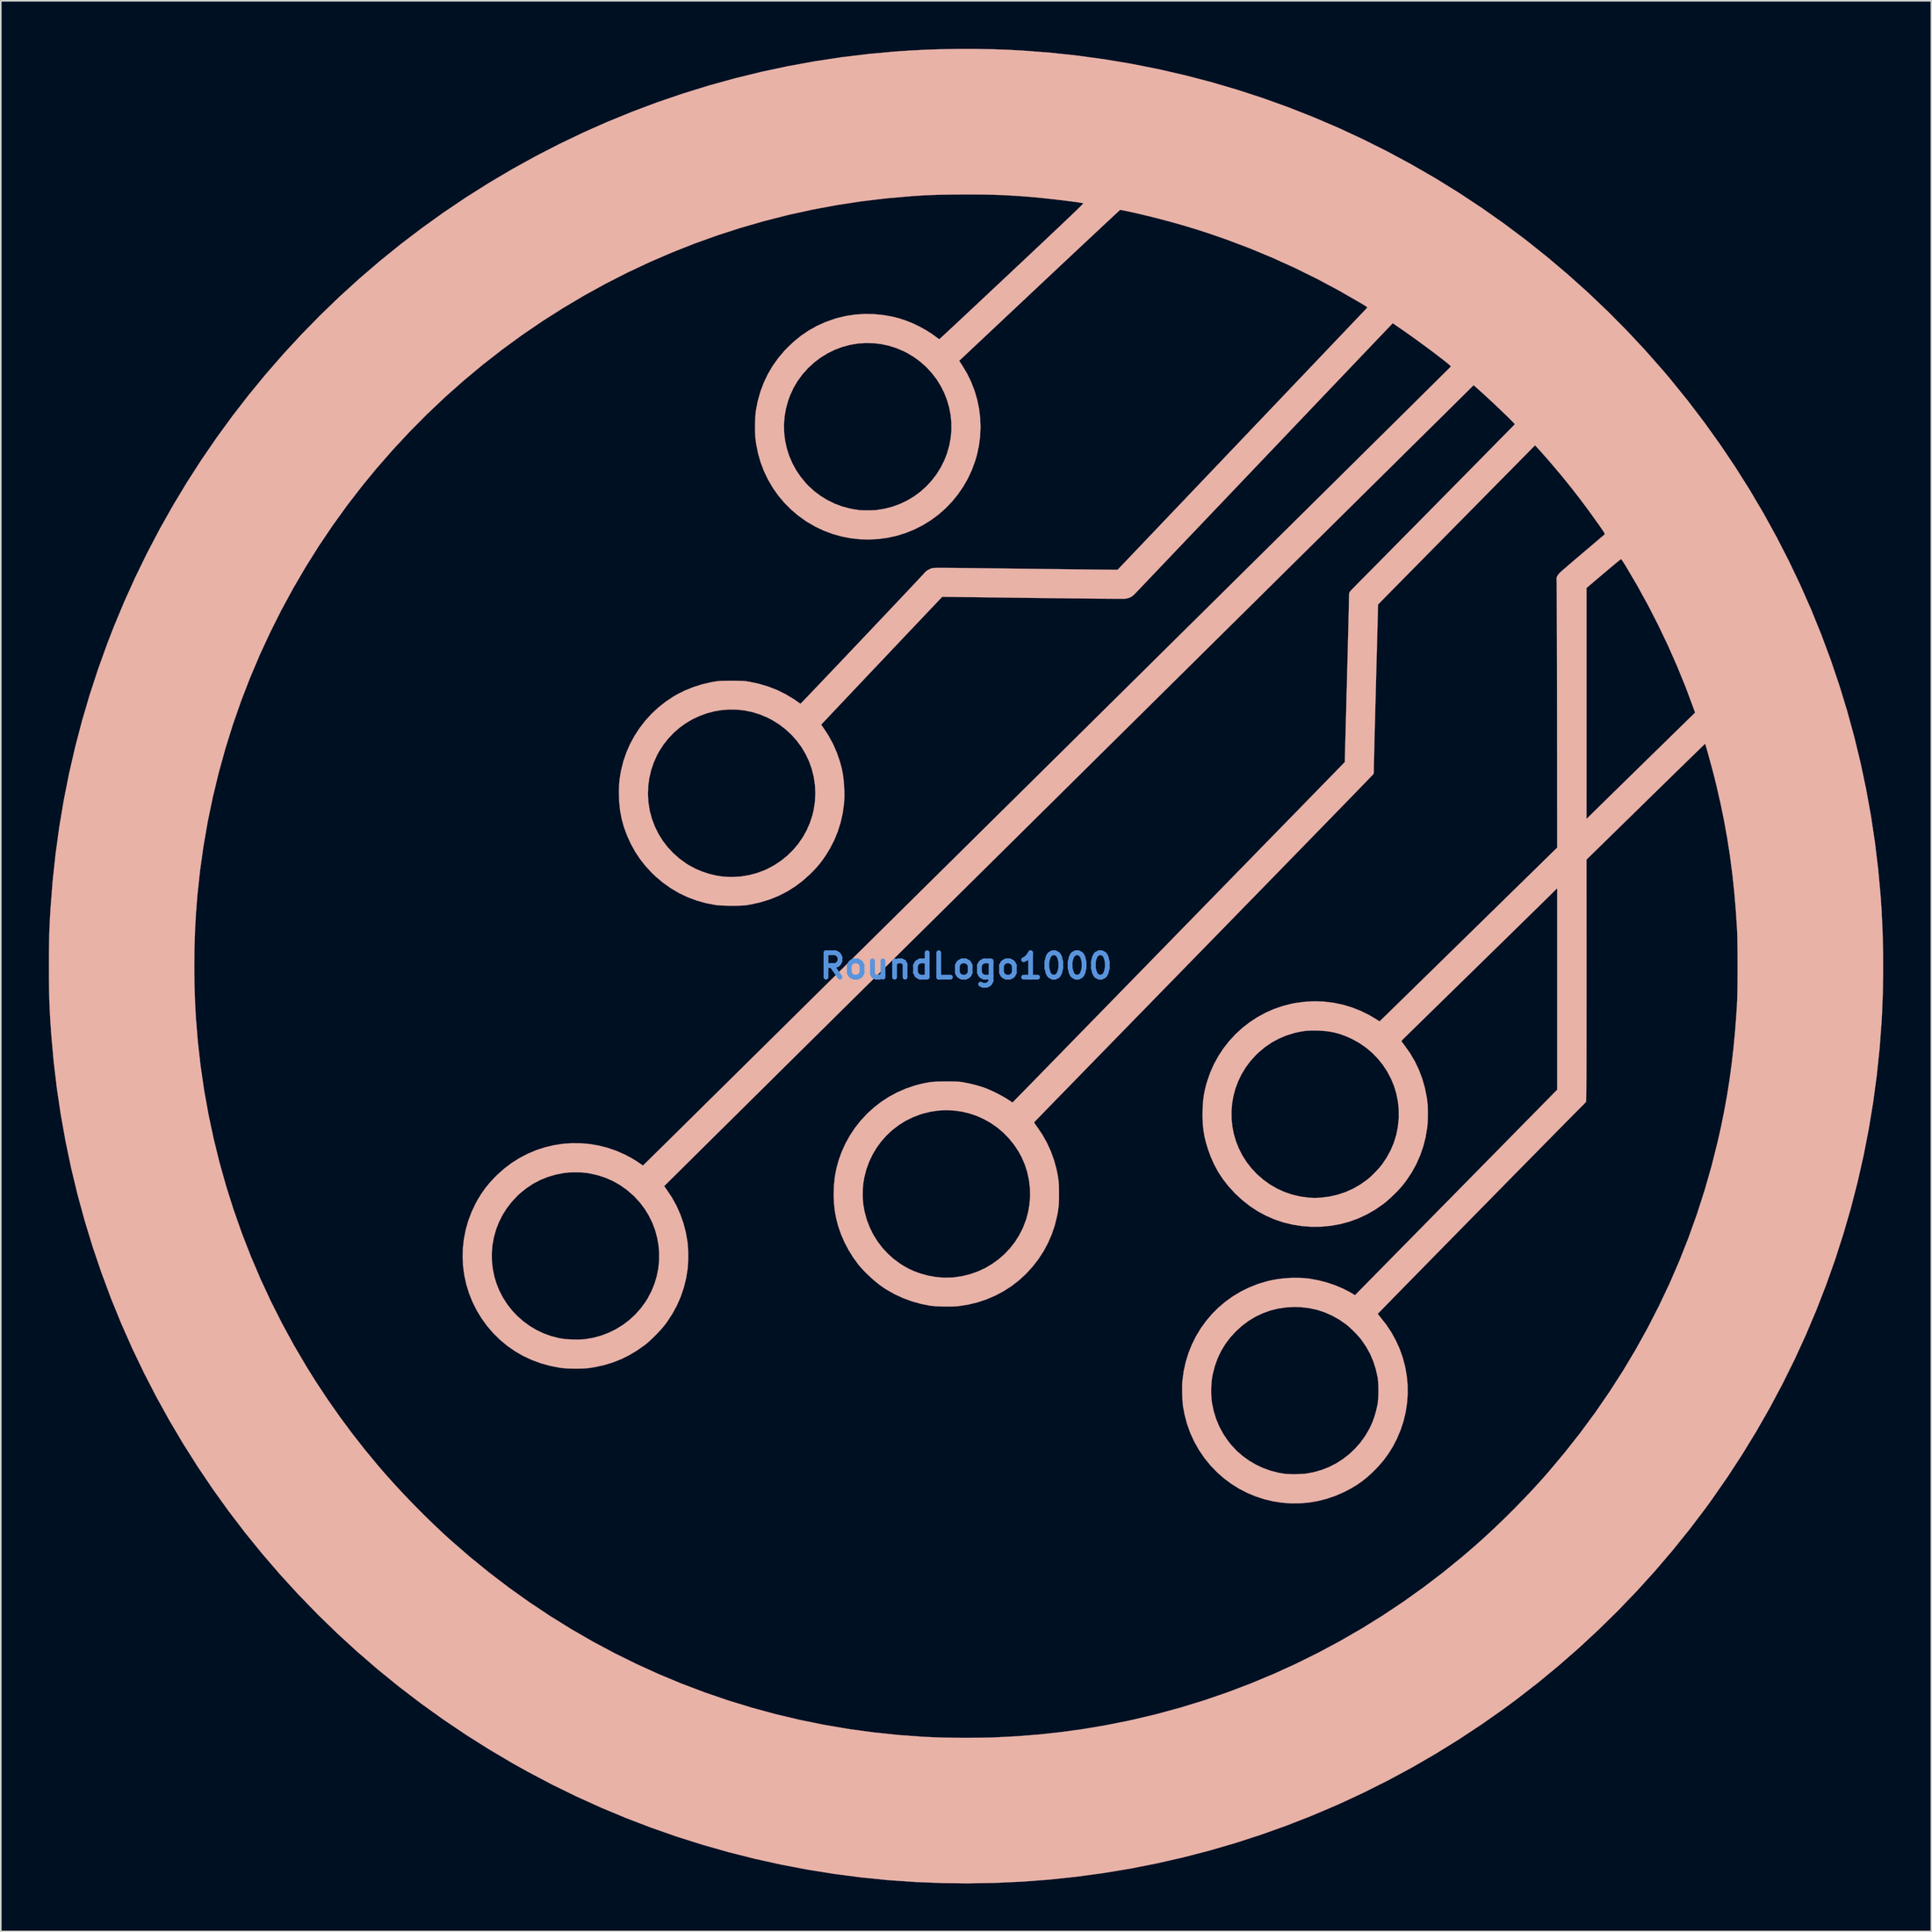
<source format=kicad_pcb>
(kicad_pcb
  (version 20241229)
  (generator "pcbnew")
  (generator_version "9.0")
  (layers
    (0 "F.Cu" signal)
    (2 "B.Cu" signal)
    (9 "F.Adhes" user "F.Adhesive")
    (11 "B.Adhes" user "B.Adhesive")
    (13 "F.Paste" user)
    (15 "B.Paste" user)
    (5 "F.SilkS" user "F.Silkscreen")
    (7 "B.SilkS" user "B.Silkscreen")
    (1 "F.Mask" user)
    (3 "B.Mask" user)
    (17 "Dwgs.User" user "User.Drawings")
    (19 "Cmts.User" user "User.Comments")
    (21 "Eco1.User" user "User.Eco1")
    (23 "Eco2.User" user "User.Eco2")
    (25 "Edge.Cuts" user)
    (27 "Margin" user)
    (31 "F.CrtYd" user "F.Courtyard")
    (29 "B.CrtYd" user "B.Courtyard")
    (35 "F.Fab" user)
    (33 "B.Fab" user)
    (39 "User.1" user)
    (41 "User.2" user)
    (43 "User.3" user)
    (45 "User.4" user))
  (footprint "RoundLogo1000"
    (layer "F.Cu")
    (at 57.267 57.27)
    (property "Reference" "RoundLogo1000" (at 0 0 0) (layer "Cmts.User") (effects (font (size 1.524 1.524) (thickness 0.3))))
    (attr through_hole)
    (fp_poly (pts (xy 0.624 -57.264) (xy 1.678 -57.244) (xy 2.708 -57.207) (xy 3.556 -57.161) (xy 5.266 -57.029) (xy 6.965 -56.847) (xy 8.653 -56.615) (xy 10.329 -56.335) (xy 11.992 -56.005) (xy 13.642 -55.627) (xy 15.278 -55.201) (xy 16.899 -54.726) (xy 18.505 -54.203) (xy 20.096 -53.632) (xy 21.669 -53.013) (xy 23.226 -52.347) (xy 24.764 -51.633) (xy 26.285 -50.873) (xy 27.786 -50.065) (xy 29.267 -49.211) (xy 29.35 -49.161) (xy 30.788 -48.271) (xy 32.2 -47.337) (xy 33.585 -46.361) (xy 34.942 -45.344) (xy 36.269 -44.286) (xy 37.565 -43.19) (xy 38.829 -42.056) (xy 40.059 -40.886) (xy 41.255 -39.68) (xy 42.413 -38.44) (xy 43.534 -37.168) (xy 43.98 -36.639) (xy 45.055 -35.311) (xy 46.088 -33.955) (xy 47.077 -32.573) (xy 48.023 -31.167) (xy 48.925 -29.736) (xy 49.783 -28.282) (xy 50.596 -26.806) (xy 51.365 -25.309) (xy 52.088 -23.791) (xy 52.766 -22.254) (xy 53.397 -20.698) (xy 53.982 -19.124) (xy 54.521 -17.533) (xy 55.012 -15.927) (xy 55.456 -14.305) (xy 55.852 -12.669) (xy 56.2 -11.02) (xy 56.5 -9.359) (xy 56.75 -7.686) (xy 56.952 -6.003) (xy 57.104 -4.31) (xy 57.162 -3.442) (xy 57.221 -2.203) (xy 57.254 -0.937) (xy 57.26 0.34) (xy 57.24 1.611) (xy 57.193 2.863) (xy 57.162 3.442) (xy 57.035 5.14) (xy 56.858 6.83) (xy 56.632 8.511) (xy 56.357 10.18) (xy 56.033 11.838) (xy 55.66 13.484) (xy 55.239 15.116) (xy 54.77 16.734) (xy 54.254 18.336) (xy 53.691 19.922) (xy 53.08 21.491) (xy 52.424 23.043) (xy 51.721 24.575) (xy 50.972 26.087) (xy 50.178 27.578) (xy 49.338 29.048) (xy 48.454 30.495) (xy 47.525 31.918) (xy 46.552 33.317) (xy 46.169 33.846) (xy 45.156 35.181) (xy 44.101 36.49) (xy 43.006 37.771) (xy 41.873 39.02) (xy 40.704 40.238) (xy 39.501 41.42) (xy 38.265 42.567) (xy 36.998 43.675) (xy 35.703 44.744) (xy 34.381 45.77) (xy 33.592 46.354) (xy 32.187 47.342) (xy 30.759 48.285) (xy 29.308 49.183) (xy 27.834 50.036) (xy 26.337 50.843) (xy 24.817 51.605) (xy 23.275 52.322) (xy 23.139 52.382) (xy 21.576 53.047) (xy 19.996 53.665) (xy 18.401 54.234) (xy 16.792 54.755) (xy 15.169 55.227) (xy 13.533 55.651) (xy 11.885 56.026) (xy 10.226 56.352) (xy 8.557 56.628) (xy 6.878 56.855) (xy 5.191 57.033) (xy 3.495 57.161) (xy 1.793 57.239) (xy 0.084 57.267) (xy -1.486 57.249) (xy -3.181 57.182) (xy -4.871 57.064) (xy -6.554 56.896) (xy -8.23 56.678) (xy -9.898 56.411) (xy -11.555 56.095) (xy -13.202 55.731) (xy -14.836 55.318) (xy -16.458 54.857) (xy -18.065 54.348) (xy -19.657 53.792) (xy -21.232 53.188) (xy -22.79 52.538) (xy -24.329 51.841) (xy -25.848 51.098) (xy -27.346 50.309) (xy -28.321 49.765) (xy -29.796 48.892) (xy -31.242 47.979) (xy -32.657 47.024) (xy -34.043 46.029) (xy -35.397 44.994) (xy -36.72 43.919) (xy -38.01 42.805) (xy -39.269 41.652) (xy -40.494 40.461) (xy -41.686 39.232) (xy -42.844 37.966) (xy -43.933 36.703) (xy -45 35.39) (xy -46.029 34.044) (xy -47.018 32.668) (xy -47.966 31.264) (xy -48.872 29.832) (xy -49.736 28.374) (xy -50.556 26.891) (xy -51.332 25.386) (xy -52.063 23.859) (xy -52.748 22.312) (xy -53.385 20.747) (xy -53.403 20.701) (xy -53.994 19.111) (xy -54.537 17.506) (xy -55.032 15.886) (xy -55.477 14.253) (xy -55.874 12.606) (xy -56.222 10.947) (xy -56.521 9.277) (xy -56.771 7.597) (xy -56.97 5.907) (xy -57.12 4.208) (xy -57.161 3.607) (xy -57.183 3.25) (xy -57.202 2.917) (xy -57.217 2.601) (xy -57.23 2.293) (xy -57.24 1.985) (xy -57.248 1.67) (xy -57.254 1.339) (xy -57.259 0.984) (xy -57.261 0.597) (xy -57.262 0.171) (xy -57.262 0.027) (xy -48.188 0.027) (xy -48.177 1.092) (xy -48.144 2.14) (xy -48.094 3.111) (xy -47.971 4.659) (xy -47.798 6.198) (xy -47.575 7.73) (xy -47.303 9.251) (xy -46.982 10.762) (xy -46.613 12.262) (xy -46.195 13.748) (xy -45.729 15.22) (xy -45.216 16.678) (xy -44.656 18.119) (xy -44.048 19.543) (xy -43.395 20.948) (xy -42.695 22.334) (xy -41.95 23.7) (xy -41.159 25.044) (xy -40.594 25.946) (xy -39.881 27.025) (xy -39.129 28.099) (xy -38.345 29.158) (xy -37.536 30.191) (xy -36.711 31.189) (xy -36.274 31.695) (xy -35.707 32.328) (xy -35.11 32.972) (xy -34.492 33.616) (xy -33.862 34.251) (xy -33.23 34.866) (xy -32.606 35.454) (xy -32.181 35.841) (xy -30.992 36.873) (xy -29.776 37.863) (xy -28.534 38.81) (xy -27.266 39.714) (xy -25.973 40.575) (xy -24.657 41.391) (xy -23.318 42.164) (xy -21.957 42.891) (xy -20.575 43.574) (xy -19.173 44.211) (xy -17.752 44.802) (xy -16.313 45.347) (xy -14.857 45.846) (xy -13.384 46.297) (xy -11.895 46.702) (xy -10.392 47.059) (xy -8.876 47.367) (xy -7.346 47.628) (xy -5.805 47.839) (xy -4.253 48.002) (xy -2.691 48.115) (xy -1.816 48.156) (xy -1.61 48.163) (xy -1.361 48.168) (xy -1.079 48.173) (xy -0.771 48.176) (xy -0.446 48.178) (xy -0.111 48.179) (xy 0.225 48.179) (xy 0.555 48.177) (xy 0.87 48.175) (xy 1.162 48.172) (xy 1.422 48.167) (xy 1.644 48.161) (xy 1.727 48.158) (xy 3.156 48.084) (xy 4.557 47.973) (xy 5.938 47.823) (xy 7.308 47.634) (xy 8.673 47.404) (xy 10.042 47.133) (xy 10.414 47.053) (xy 11.919 46.695) (xy 13.409 46.288) (xy 14.885 45.834) (xy 16.345 45.332) (xy 17.788 44.783) (xy 19.213 44.188) (xy 20.618 43.547) (xy 22.002 42.861) (xy 23.365 42.131) (xy 24.704 41.357) (xy 26.02 40.539) (xy 27.31 39.679) (xy 28.574 38.776) (xy 29.81 37.832) (xy 31.017 36.847) (xy 31.787 36.184) (xy 32.401 35.633) (xy 33.025 35.052) (xy 33.653 34.447) (xy 34.274 33.828) (xy 34.882 33.204) (xy 35.467 32.582) (xy 36.021 31.971) (xy 36.338 31.61) (xy 37.359 30.394) (xy 38.337 29.154) (xy 39.27 27.889) (xy 40.158 26.599) (xy 41.002 25.287) (xy 41.8 23.951) (xy 42.553 22.593) (xy 43.261 21.213) (xy 43.924 19.811) (xy 44.54 18.388) (xy 45.11 16.945) (xy 45.633 15.481) (xy 46.11 13.998) (xy 46.541 12.495) (xy 46.924 10.974) (xy 47.14 10.008) (xy 47.335 9.047) (xy 47.509 8.087) (xy 47.662 7.121) (xy 47.796 6.141) (xy 47.911 5.14) (xy 48.009 4.111) (xy 48.09 3.046) (xy 48.138 2.261) (xy 48.145 2.092) (xy 48.152 1.88) (xy 48.157 1.629) (xy 48.162 1.346) (xy 48.166 1.037) (xy 48.168 0.709) (xy 48.17 0.369) (xy 48.17 0.021) (xy 48.17 -0.327) (xy 48.168 -0.669) (xy 48.166 -0.999) (xy 48.162 -1.311) (xy 48.158 -1.598) (xy 48.152 -1.854) (xy 48.146 -2.072) (xy 48.139 -2.247) (xy 48.138 -2.261) (xy 48.06 -3.465) (xy 47.962 -4.632) (xy 47.84 -5.767) (xy 47.695 -6.88) (xy 47.524 -7.979) (xy 47.328 -9.071) (xy 47.103 -10.164) (xy 46.851 -11.267) (xy 46.72 -11.797) (xy 46.678 -11.96) (xy 46.63 -12.144) (xy 46.578 -12.343) (xy 46.522 -12.552) (xy 46.464 -12.763) (xy 46.407 -12.973) (xy 46.351 -13.174) (xy 46.299 -13.362) (xy 46.252 -13.529) (xy 46.211 -13.671) (xy 46.178 -13.782) (xy 46.155 -13.855) (xy 46.143 -13.885) (xy 46.143 -13.886) (xy 46.125 -13.869) (xy 46.071 -13.818) (xy 45.985 -13.735) (xy 45.868 -13.622) (xy 45.721 -13.479) (xy 45.547 -13.31) (xy 45.346 -13.115) (xy 45.122 -12.896) (xy 44.874 -12.654) (xy 44.606 -12.392) (xy 44.318 -12.112) (xy 44.013 -11.813) (xy 43.692 -11.5) (xy 43.357 -11.172) (xy 43.009 -10.832) (xy 42.651 -10.482) (xy 42.435 -10.27) (xy 38.734 -6.648) (xy 38.736 0.879) (xy 38.736 1.658) (xy 38.736 2.388) (xy 38.735 3.069) (xy 38.735 3.703) (xy 38.735 4.291) (xy 38.734 4.834) (xy 38.734 5.334) (xy 38.733 5.792) (xy 38.732 6.208) (xy 38.731 6.585) (xy 38.73 6.924) (xy 38.728 7.225) (xy 38.727 7.491) (xy 38.725 7.721) (xy 38.723 7.918) (xy 38.721 8.083) (xy 38.719 8.216) (xy 38.716 8.32) (xy 38.714 8.395) (xy 38.711 8.442) (xy 38.708 8.464) (xy 38.708 8.464) (xy 38.68 8.501) (xy 38.623 8.565) (xy 38.542 8.65) (xy 38.444 8.749) (xy 38.366 8.826) (xy 38.314 8.878) (xy 38.23 8.962) (xy 38.114 9.078) (xy 37.97 9.224) (xy 37.797 9.399) (xy 37.598 9.6) (xy 37.374 9.827) (xy 37.127 10.077) (xy 36.857 10.35) (xy 36.568 10.644) (xy 36.26 10.956) (xy 35.935 11.286) (xy 35.595 11.632) (xy 35.24 11.992) (xy 34.873 12.365) (xy 34.495 12.75) (xy 34.107 13.143) (xy 33.712 13.545) (xy 33.31 13.954) (xy 32.904 14.367) (xy 32.494 14.784) (xy 32.083 15.202) (xy 31.672 15.621) (xy 31.262 16.038) (xy 30.854 16.452) (xy 30.452 16.862) (xy 30.055 17.266) (xy 29.666 17.662) (xy 29.286 18.049) (xy 28.917 18.425) (xy 28.56 18.789) (xy 28.217 19.139) (xy 27.889 19.473) (xy 27.578 19.79) (xy 27.286 20.088) (xy 27.013 20.367) (xy 26.762 20.623) (xy 26.534 20.856) (xy 26.33 21.064) (xy 26.153 21.246) (xy 26.003 21.4) (xy 25.883 21.524) (xy 25.793 21.616) (xy 25.735 21.676) (xy 25.712 21.702) (xy 25.711 21.702) (xy 25.724 21.733) (xy 25.763 21.79) (xy 25.822 21.865) (xy 25.847 21.895) (xy 26.219 22.365) (xy 26.547 22.857) (xy 26.83 23.369) (xy 27.069 23.897) (xy 27.262 24.44) (xy 27.409 24.994) (xy 27.51 25.557) (xy 27.565 26.125) (xy 27.572 26.697) (xy 27.533 27.27) (xy 27.446 27.84) (xy 27.311 28.406) (xy 27.128 28.963) (xy 26.896 29.511) (xy 26.885 29.534) (xy 26.641 30.003) (xy 26.37 30.44) (xy 26.068 30.852) (xy 25.726 31.249) (xy 25.396 31.585) (xy 25.065 31.888) (xy 24.732 32.155) (xy 24.386 32.396) (xy 24.014 32.619) (xy 23.609 32.83) (xy 23.068 33.068) (xy 22.517 33.257) (xy 21.958 33.399) (xy 21.395 33.493) (xy 20.83 33.541) (xy 20.266 33.543) (xy 19.706 33.499) (xy 19.151 33.412) (xy 18.606 33.28) (xy 18.073 33.105) (xy 17.554 32.888) (xy 17.052 32.629) (xy 16.57 32.329) (xy 16.111 31.988) (xy 15.677 31.608) (xy 15.272 31.188) (xy 14.897 30.73) (xy 14.872 30.696) (xy 14.535 30.2) (xy 14.244 29.684) (xy 13.999 29.147) (xy 13.799 28.588) (xy 13.645 28.006) (xy 13.551 27.508) (xy 13.531 27.341) (xy 13.514 27.136) (xy 13.502 26.906) (xy 13.494 26.663) (xy 13.492 26.474) (xy 15.304 26.474) (xy 15.308 26.763) (xy 15.325 27.036) (xy 15.35 27.252) (xy 15.455 27.767) (xy 15.606 28.261) (xy 15.803 28.735) (xy 16.047 29.189) (xy 16.337 29.622) (xy 16.557 29.899) (xy 16.89 30.257) (xy 17.261 30.582) (xy 17.662 30.872) (xy 18.092 31.125) (xy 18.544 31.337) (xy 19.014 31.507) (xy 19.498 31.632) (xy 19.888 31.697) (xy 20.027 31.709) (xy 20.203 31.717) (xy 20.402 31.721) (xy 20.613 31.72) (xy 20.82 31.715) (xy 21.011 31.705) (xy 21.173 31.692) (xy 21.218 31.686) (xy 21.714 31.596) (xy 22.195 31.459) (xy 22.659 31.276) (xy 23.102 31.05) (xy 23.522 30.783) (xy 23.916 30.477) (xy 24.28 30.135) (xy 24.613 29.758) (xy 24.91 29.348) (xy 25.169 28.907) (xy 25.216 28.815) (xy 25.367 28.486) (xy 25.492 28.146) (xy 25.597 27.784) (xy 25.685 27.386) (xy 25.696 27.33) (xy 25.716 27.185) (xy 25.731 27.001) (xy 25.74 26.789) (xy 25.744 26.563) (xy 25.743 26.333) (xy 25.736 26.111) (xy 25.724 25.909) (xy 25.706 25.739) (xy 25.695 25.667) (xy 25.578 25.149) (xy 25.42 24.66) (xy 25.221 24.198) (xy 24.978 23.76) (xy 24.691 23.342) (xy 24.612 23.241) (xy 24.505 23.115) (xy 24.372 22.97) (xy 24.224 22.818) (xy 24.07 22.668) (xy 23.922 22.531) (xy 23.791 22.417) (xy 23.736 22.374) (xy 23.302 22.072) (xy 22.854 21.819) (xy 22.392 21.615) (xy 21.915 21.459) (xy 21.423 21.352) (xy 20.914 21.292) (xy 20.511 21.279) (xy 19.991 21.305) (xy 19.485 21.38) (xy 18.995 21.502) (xy 18.523 21.672) (xy 18.069 21.887) (xy 17.636 22.149) (xy 17.226 22.456) (xy 16.84 22.806) (xy 16.839 22.808) (xy 16.488 23.193) (xy 16.182 23.6) (xy 15.921 24.031) (xy 15.704 24.487) (xy 15.531 24.968) (xy 15.402 25.474) (xy 15.365 25.667) (xy 15.333 25.909) (xy 15.313 26.183) (xy 15.304 26.474) (xy 13.492 26.474) (xy 13.492 26.42) (xy 13.494 26.19) (xy 13.502 25.985) (xy 13.511 25.867) (xy 13.591 25.277) (xy 13.718 24.703) (xy 13.89 24.147) (xy 14.105 23.613) (xy 14.361 23.1) (xy 14.656 22.612) (xy 14.989 22.152) (xy 15.358 21.719) (xy 15.76 21.318) (xy 16.194 20.95) (xy 16.658 20.617) (xy 17.15 20.322) (xy 17.669 20.066) (xy 18.211 19.851) (xy 18.776 19.68) (xy 19.147 19.594) (xy 19.514 19.532) (xy 19.906 19.489) (xy 20.308 19.465) (xy 20.707 19.461) (xy 21.09 19.477) (xy 21.442 19.513) (xy 21.488 19.52) (xy 22.006 19.618) (xy 22.517 19.751) (xy 23.013 19.917) (xy 23.485 20.112) (xy 23.924 20.334) (xy 24.116 20.446) (xy 24.281 20.547) (xy 30.594 14.132) (xy 36.906 7.717) (xy 36.906 -4.864) (xy 36.481 -4.442) (xy 36.423 -4.385) (xy 36.331 -4.294) (xy 36.206 -4.172) (xy 36.05 -4.019) (xy 35.865 -3.837) (xy 35.653 -3.629) (xy 35.415 -3.396) (xy 35.153 -3.14) (xy 34.87 -2.863) (xy 34.567 -2.566) (xy 34.245 -2.251) (xy 33.907 -1.92) (xy 33.554 -1.575) (xy 33.188 -1.217) (xy 32.811 -0.848) (xy 32.425 -0.47) (xy 32.031 -0.086) (xy 31.788 0.152) (xy 31.395 0.537) (xy 31.009 0.914) (xy 30.634 1.281) (xy 30.27 1.637) (xy 29.92 1.979) (xy 29.585 2.307) (xy 29.266 2.619) (xy 28.966 2.912) (xy 28.685 3.187) (xy 28.427 3.44) (xy 28.191 3.67) (xy 27.981 3.875) (xy 27.798 4.055) (xy 27.643 4.206) (xy 27.518 4.329) (xy 27.425 4.42) (xy 27.365 4.478) (xy 27.343 4.499) (xy 27.258 4.586) (xy 27.207 4.647) (xy 27.187 4.687) (xy 27.191 4.709) (xy 27.217 4.743) (xy 27.266 4.807) (xy 27.329 4.89) (xy 27.371 4.944) (xy 27.715 5.428) (xy 28.014 5.936) (xy 28.269 6.469) (xy 28.479 7.023) (xy 28.644 7.598) (xy 28.762 8.192) (xy 28.804 8.509) (xy 28.819 8.679) (xy 28.828 8.887) (xy 28.832 9.117) (xy 28.831 9.358) (xy 28.825 9.596) (xy 28.814 9.817) (xy 28.799 10.008) (xy 28.792 10.067) (xy 28.693 10.666) (xy 28.546 11.248) (xy 28.353 11.81) (xy 28.113 12.353) (xy 27.827 12.875) (xy 27.496 13.373) (xy 27.273 13.665) (xy 27.125 13.838) (xy 26.946 14.03) (xy 26.749 14.23) (xy 26.542 14.428) (xy 26.338 14.613) (xy 26.146 14.776) (xy 26.033 14.864) (xy 25.536 15.207) (xy 25.018 15.503) (xy 24.483 15.752) (xy 23.931 15.953) (xy 23.363 16.106) (xy 22.782 16.211) (xy 22.188 16.267) (xy 21.583 16.274) (xy 21.578 16.274) (xy 20.975 16.231) (xy 20.386 16.139) (xy 19.814 16) (xy 19.26 15.814) (xy 18.725 15.581) (xy 18.21 15.303) (xy 17.718 14.979) (xy 17.248 14.61) (xy 16.803 14.198) (xy 16.751 14.144) (xy 16.372 13.728) (xy 16.039 13.3) (xy 15.746 12.855) (xy 15.491 12.386) (xy 15.269 11.885) (xy 15.099 11.417) (xy 14.98 11.023) (xy 14.888 10.644) (xy 14.823 10.266) (xy 14.782 9.879) (xy 14.764 9.467) (xy 14.765 9.068) (xy 14.766 9.056) (xy 16.571 9.056) (xy 16.575 9.531) (xy 16.623 10.004) (xy 16.714 10.471) (xy 16.848 10.93) (xy 17.025 11.377) (xy 17.244 11.81) (xy 17.507 12.225) (xy 17.812 12.618) (xy 18.16 12.988) (xy 18.167 12.994) (xy 18.561 13.339) (xy 18.98 13.639) (xy 19.422 13.895) (xy 19.885 14.105) (xy 20.368 14.268) (xy 20.869 14.385) (xy 21.388 14.455) (xy 21.732 14.474) (xy 21.809 14.474) (xy 21.921 14.469) (xy 22.053 14.462) (xy 22.19 14.452) (xy 22.706 14.385) (xy 23.208 14.27) (xy 23.693 14.107) (xy 24.161 13.898) (xy 24.608 13.642) (xy 25.033 13.341) (xy 25.096 13.291) (xy 25.228 13.177) (xy 25.379 13.034) (xy 25.539 12.874) (xy 25.695 12.709) (xy 25.836 12.55) (xy 25.951 12.409) (xy 25.966 12.39) (xy 26.259 11.958) (xy 26.505 11.508) (xy 26.704 11.041) (xy 26.854 10.557) (xy 26.957 10.055) (xy 27.012 9.537) (xy 27.017 9.436) (xy 27.013 8.93) (xy 26.96 8.433) (xy 26.861 7.946) (xy 26.716 7.474) (xy 26.528 7.02) (xy 26.298 6.585) (xy 26.028 6.174) (xy 25.72 5.789) (xy 25.377 5.433) (xy 24.998 5.11) (xy 24.587 4.822) (xy 24.145 4.572) (xy 24.092 4.545) (xy 23.701 4.37) (xy 23.322 4.233) (xy 22.942 4.133) (xy 22.547 4.066) (xy 22.127 4.028) (xy 21.933 4.021) (xy 21.62 4.018) (xy 21.339 4.03) (xy 21.074 4.058) (xy 20.807 4.103) (xy 20.523 4.168) (xy 20.492 4.176) (xy 20 4.328) (xy 19.531 4.525) (xy 19.086 4.767) (xy 18.665 5.053) (xy 18.269 5.384) (xy 18.085 5.561) (xy 17.744 5.939) (xy 17.447 6.34) (xy 17.193 6.761) (xy 16.982 7.199) (xy 16.814 7.651) (xy 16.69 8.113) (xy 16.609 8.582) (xy 16.571 9.056) (xy 14.766 9.056) (xy 14.779 8.707) (xy 14.804 8.382) (xy 14.843 8.079) (xy 14.898 7.782) (xy 14.971 7.479) (xy 15.052 7.196) (xy 15.246 6.641) (xy 15.483 6.109) (xy 15.762 5.602) (xy 16.081 5.121) (xy 16.436 4.67) (xy 16.826 4.249) (xy 17.247 3.862) (xy 17.699 3.51) (xy 18.178 3.195) (xy 18.682 2.919) (xy 19.208 2.685) (xy 19.755 2.495) (xy 20.32 2.35) (xy 20.587 2.299) (xy 21.186 2.222) (xy 21.782 2.195) (xy 22.373 2.218) (xy 22.957 2.29) (xy 23.532 2.411) (xy 24.096 2.58) (xy 24.645 2.798) (xy 25.179 3.063) (xy 25.551 3.282) (xy 25.817 3.45) (xy 26.188 3.09) (xy 26.238 3.042) (xy 26.322 2.96) (xy 26.439 2.846) (xy 26.588 2.7) (xy 26.766 2.526) (xy 26.973 2.323) (xy 27.207 2.094) (xy 27.467 1.841) (xy 27.75 1.564) (xy 28.054 1.266) (xy 28.38 0.947) (xy 28.724 0.61) (xy 29.086 0.256) (xy 29.463 -0.113) (xy 29.855 -0.496) (xy 30.259 -0.892) (xy 30.674 -1.298) (xy 31.099 -1.714) (xy 31.532 -2.137) (xy 31.733 -2.334) (xy 36.906 -7.399) (xy 36.904 -9.186) (xy 38.735 -9.186) (xy 39.249 -9.693) (xy 39.326 -9.768) (xy 39.437 -9.877) (xy 39.58 -10.017) (xy 39.751 -10.185) (xy 39.949 -10.379) (xy 40.171 -10.597) (xy 40.415 -10.836) (xy 40.679 -11.094) (xy 40.959 -11.369) (xy 41.254 -11.658) (xy 41.561 -11.958) (xy 41.878 -12.268) (xy 42.202 -12.585) (xy 42.53 -12.907) (xy 42.639 -13.013) (xy 45.515 -15.827) (xy 45.405 -16.137) (xy 44.926 -17.421) (xy 44.402 -18.708) (xy 43.835 -19.992) (xy 43.228 -21.266) (xy 42.586 -22.521) (xy 41.91 -23.751) (xy 41.218 -24.93) (xy 41.132 -25.07) (xy 41.052 -25.194) (xy 40.985 -25.296) (xy 40.933 -25.369) (xy 40.9 -25.408) (xy 40.893 -25.413) (xy 40.868 -25.397) (xy 40.809 -25.351) (xy 40.717 -25.278) (xy 40.599 -25.181) (xy 40.456 -25.063) (xy 40.292 -24.926) (xy 40.112 -24.775) (xy 39.918 -24.612) (xy 39.799 -24.511) (xy 38.736 -23.609) (xy 38.736 -16.398) (xy 38.735 -9.186) (xy 36.904 -9.186) (xy 36.897 -15.695) (xy 36.897 -16.342) (xy 36.896 -16.977) (xy 36.895 -17.597) (xy 36.894 -18.2) (xy 36.893 -18.786) (xy 36.891 -19.351) (xy 36.89 -19.894) (xy 36.889 -20.413) (xy 36.887 -20.906) (xy 36.886 -21.371) (xy 36.885 -21.807) (xy 36.883 -22.21) (xy 36.881 -22.58) (xy 36.88 -22.915) (xy 36.878 -23.212) (xy 36.877 -23.47) (xy 36.875 -23.686) (xy 36.874 -23.859) (xy 36.872 -23.987) (xy 36.87 -24.068) (xy 36.869 -24.1) (xy 36.865 -24.216) (xy 36.897 -24.329) (xy 36.97 -24.445) (xy 37.085 -24.573) (xy 37.09 -24.578) (xy 37.137 -24.621) (xy 37.219 -24.694) (xy 37.333 -24.793) (xy 37.474 -24.915) (xy 37.638 -25.057) (xy 37.823 -25.215) (xy 38.024 -25.387) (xy 38.238 -25.569) (xy 38.461 -25.758) (xy 38.532 -25.818) (xy 38.752 -26.005) (xy 38.962 -26.183) (xy 39.158 -26.35) (xy 39.337 -26.501) (xy 39.495 -26.636) (xy 39.629 -26.75) (xy 39.735 -26.84) (xy 39.811 -26.905) (xy 39.853 -26.942) (xy 39.859 -26.947) (xy 39.872 -26.962) (xy 39.876 -26.981) (xy 39.869 -27.01) (xy 39.849 -27.052) (xy 39.811 -27.115) (xy 39.754 -27.201) (xy 39.674 -27.318) (xy 39.569 -27.469) (xy 39.532 -27.522) (xy 38.94 -28.35) (xy 38.351 -29.141) (xy 37.755 -29.909) (xy 37.142 -30.664) (xy 36.501 -31.422) (xy 36.26 -31.699) (xy 36.133 -31.844) (xy 36.008 -31.985) (xy 35.892 -32.116) (xy 35.791 -32.228) (xy 35.712 -32.315) (xy 35.674 -32.356) (xy 35.522 -32.517) (xy 31.203 -28.139) (xy 30.804 -27.736) (xy 30.411 -27.337) (xy 30.025 -26.945) (xy 29.647 -26.562) (xy 29.28 -26.19) (xy 28.925 -25.831) (xy 28.585 -25.485) (xy 28.26 -25.156) (xy 27.953 -24.845) (xy 27.666 -24.554) (xy 27.4 -24.284) (xy 27.158 -24.038) (xy 26.94 -23.818) (xy 26.75 -23.625) (xy 26.588 -23.46) (xy 26.457 -23.327) (xy 26.359 -23.227) (xy 26.304 -23.171) (xy 25.724 -22.581) (xy 25.588 -17.558) (xy 25.575 -17.053) (xy 25.562 -16.559) (xy 25.549 -16.08) (xy 25.537 -15.617) (xy 25.525 -15.174) (xy 25.514 -14.752) (xy 25.504 -14.355) (xy 25.495 -13.985) (xy 25.487 -13.644) (xy 25.479 -13.335) (xy 25.473 -13.061) (xy 25.467 -12.824) (xy 25.463 -12.628) (xy 25.46 -12.473) (xy 25.458 -12.363) (xy 25.458 -12.301) (xy 25.458 -12.294) (xy 25.458 -12.158) (xy 25.45 -12.063) (xy 25.433 -11.999) (xy 25.425 -11.984) (xy 25.406 -11.962) (xy 25.351 -11.905) (xy 25.263 -11.814) (xy 25.143 -11.689) (xy 24.991 -11.531) (xy 24.808 -11.343) (xy 24.596 -11.124) (xy 24.355 -10.876) (xy 24.087 -10.599) (xy 23.791 -10.295) (xy 23.47 -9.965) (xy 23.125 -9.61) (xy 22.755 -9.23) (xy 22.363 -8.827) (xy 21.949 -8.402) (xy 21.514 -7.956) (xy 21.059 -7.489) (xy 20.586 -7.003) (xy 20.094 -6.499) (xy 19.586 -5.978) (xy 19.062 -5.44) (xy 18.523 -4.887) (xy 17.969 -4.32) (xy 17.403 -3.74) (xy 16.825 -3.147) (xy 16.236 -2.543) (xy 15.637 -1.929) (xy 15.028 -1.306) (xy 14.821 -1.094) (xy 14.21 -0.468) (xy 13.608 0.149) (xy 13.016 0.756) (xy 12.434 1.351) (xy 11.864 1.935) (xy 11.308 2.506) (xy 10.764 3.063) (xy 10.236 3.604) (xy 9.723 4.13) (xy 9.226 4.639) (xy 8.748 5.13) (xy 8.288 5.601) (xy 7.847 6.053) (xy 7.427 6.484) (xy 7.029 6.892) (xy 6.653 7.278) (xy 6.3 7.64) (xy 5.972 7.977) (xy 5.669 8.287) (xy 5.393 8.571) (xy 5.144 8.827) (xy 4.923 9.054) (xy 4.732 9.25) (xy 4.571 9.416) (xy 4.441 9.55) (xy 4.344 9.651) (xy 4.279 9.718) (xy 4.249 9.749) (xy 4.247 9.752) (xy 4.258 9.78) (xy 4.295 9.84) (xy 4.351 9.923) (xy 4.422 10.02) (xy 4.428 10.029) (xy 4.759 10.515) (xy 5.047 11.028) (xy 5.293 11.563) (xy 5.493 12.115) (xy 5.645 12.681) (xy 5.675 12.82) (xy 5.716 13.029) (xy 5.747 13.213) (xy 5.77 13.384) (xy 5.786 13.555) (xy 5.796 13.739) (xy 5.801 13.947) (xy 5.803 14.191) (xy 5.803 14.224) (xy 5.802 14.474) (xy 5.797 14.686) (xy 5.787 14.872) (xy 5.772 15.044) (xy 5.75 15.214) (xy 5.72 15.396) (xy 5.68 15.601) (xy 5.675 15.628) (xy 5.534 16.197) (xy 5.346 16.752) (xy 5.112 17.289) (xy 4.833 17.805) (xy 4.513 18.298) (xy 4.152 18.764) (xy 3.752 19.201) (xy 3.316 19.604) (xy 3.289 19.627) (xy 2.827 19.983) (xy 2.335 20.299) (xy 1.817 20.574) (xy 1.277 20.805) (xy 0.717 20.991) (xy 0.141 21.132) (xy -0.448 21.225) (xy -0.632 21.24) (xy -0.852 21.251) (xy -1.095 21.255) (xy -1.35 21.254) (xy -1.604 21.248) (xy -1.845 21.237) (xy -2.061 21.221) (xy -2.241 21.201) (xy -2.261 21.198) (xy -2.834 21.084) (xy -3.399 20.923) (xy -3.949 20.719) (xy -4.478 20.474) (xy -4.979 20.189) (xy -5.173 20.063) (xy -5.423 19.883) (xy -5.687 19.67) (xy -5.954 19.436) (xy -6.213 19.191) (xy -6.453 18.945) (xy -6.662 18.709) (xy -6.715 18.644) (xy -7.035 18.208) (xy -7.327 17.741) (xy -7.584 17.253) (xy -7.803 16.753) (xy -7.977 16.251) (xy -7.999 16.177) (xy -8.113 15.731) (xy -8.194 15.293) (xy -8.244 14.847) (xy -8.265 14.377) (xy -8.267 14.224) (xy -8.264 14.141) (xy -6.45 14.141) (xy -6.45 14.348) (xy -6.445 14.547) (xy -6.436 14.721) (xy -6.425 14.834) (xy -6.337 15.341) (xy -6.202 15.832) (xy -6.022 16.304) (xy -5.799 16.756) (xy -5.534 17.183) (xy -5.231 17.583) (xy -4.889 17.953) (xy -4.513 18.289) (xy -4.103 18.59) (xy -3.872 18.734) (xy -3.578 18.896) (xy -3.285 19.032) (xy -2.971 19.151) (xy -2.857 19.19) (xy -2.363 19.327) (xy -1.863 19.414) (xy -1.363 19.453) (xy -0.865 19.441) (xy -0.733 19.43) (xy -0.226 19.354) (xy 0.265 19.231) (xy 0.739 19.063) (xy 1.192 18.853) (xy 1.621 18.601) (xy 2.024 18.311) (xy 2.398 17.984) (xy 2.74 17.623) (xy 3.048 17.229) (xy 3.317 16.804) (xy 3.547 16.351) (xy 3.576 16.284) (xy 3.753 15.811) (xy 3.882 15.326) (xy 3.963 14.833) (xy 3.998 14.337) (xy 3.985 13.84) (xy 3.926 13.348) (xy 3.821 12.863) (xy 3.669 12.39) (xy 3.472 11.933) (xy 3.279 11.578) (xy 2.995 11.149) (xy 2.677 10.756) (xy 2.329 10.399) (xy 1.952 10.079) (xy 1.55 9.799) (xy 1.126 9.558) (xy 0.684 9.359) (xy 0.225 9.201) (xy -0.246 9.087) (xy -0.728 9.018) (xy -1.217 8.994) (xy -1.71 9.016) (xy -2.203 9.087) (xy -2.695 9.206) (xy -2.856 9.257) (xy -3.334 9.44) (xy -3.787 9.666) (xy -4.211 9.932) (xy -4.606 10.235) (xy -4.968 10.573) (xy -5.297 10.943) (xy -5.589 11.343) (xy -5.843 11.77) (xy -6.057 12.221) (xy -6.228 12.694) (xy -6.355 13.187) (xy -6.425 13.614) (xy -6.438 13.759) (xy -6.446 13.939) (xy -6.45 14.141) (xy -8.264 14.141) (xy -8.248 13.665) (xy -8.19 13.132) (xy -8.091 12.615) (xy -7.95 12.105) (xy -7.78 11.633) (xy -7.539 11.094) (xy -7.256 10.581) (xy -6.933 10.095) (xy -6.572 9.639) (xy -6.177 9.215) (xy -5.749 8.824) (xy -5.291 8.47) (xy -4.805 8.155) (xy -4.294 7.88) (xy -3.76 7.647) (xy -3.207 7.459) (xy -2.917 7.381) (xy -2.706 7.331) (xy -2.519 7.291) (xy -2.347 7.26) (xy -2.177 7.237) (xy -2.002 7.221) (xy -1.81 7.21) (xy -1.591 7.204) (xy -1.335 7.202) (xy -1.232 7.202) (xy -1.005 7.202) (xy -0.821 7.204) (xy -0.671 7.207) (xy -0.547 7.211) (xy -0.441 7.218) (xy -0.345 7.228) (xy -0.251 7.241) (xy -0.15 7.258) (xy -0.14 7.259) (xy 0.24 7.336) (xy 0.628 7.433) (xy 1 7.544) (xy 1.156 7.597) (xy 1.335 7.667) (xy 1.545 7.758) (xy 1.772 7.865) (xy 2.004 7.981) (xy 2.229 8.1) (xy 2.434 8.215) (xy 2.606 8.321) (xy 2.637 8.342) (xy 2.9 8.517) (xy 3.136 8.278) (xy 3.165 8.248) (xy 3.228 8.184) (xy 3.324 8.085) (xy 3.452 7.954) (xy 3.611 7.792) (xy 3.799 7.599) (xy 4.015 7.378) (xy 4.258 7.129) (xy 4.527 6.854) (xy 4.82 6.554) (xy 5.136 6.23) (xy 5.474 5.883) (xy 5.833 5.516) (xy 6.211 5.128) (xy 6.607 4.722) (xy 7.021 4.298) (xy 7.45 3.858) (xy 7.894 3.403) (xy 8.352 2.935) (xy 8.821 2.454) (xy 9.301 1.962) (xy 9.791 1.46) (xy 10.29 0.949) (xy 10.795 0.431) (xy 11.307 -0.093) (xy 11.823 -0.622) (xy 12.342 -1.154) (xy 12.864 -1.689) (xy 13.387 -2.225) (xy 13.91 -2.761) (xy 14.432 -3.295) (xy 14.95 -3.827) (xy 15.465 -4.354) (xy 15.975 -4.877) (xy 16.478 -5.393) (xy 16.974 -5.901) (xy 17.461 -6.4) (xy 17.938 -6.889) (xy 18.404 -7.366) (xy 18.857 -7.831) (xy 19.297 -8.281) (xy 19.721 -8.716) (xy 20.13 -9.135) (xy 20.521 -9.535) (xy 20.893 -9.917) (xy 21.245 -10.278) (xy 21.577 -10.618) (xy 21.886 -10.934) (xy 22.171 -11.227) (xy 22.432 -11.494) (xy 22.666 -11.735) (xy 22.874 -11.947) (xy 23.053 -12.131) (xy 23.202 -12.284) (xy 23.32 -12.405) (xy 23.406 -12.493) (xy 23.459 -12.547) (xy 23.471 -12.56) (xy 23.644 -12.738) (xy 23.774 -17.602) (xy 23.787 -18.102) (xy 23.8 -18.592) (xy 23.813 -19.069) (xy 23.825 -19.531) (xy 23.837 -19.974) (xy 23.847 -20.397) (xy 23.858 -20.796) (xy 23.867 -21.169) (xy 23.876 -21.513) (xy 23.883 -21.825) (xy 23.89 -22.102) (xy 23.896 -22.342) (xy 23.9 -22.543) (xy 23.903 -22.7) (xy 23.905 -22.812) (xy 23.906 -22.873) (xy 23.908 -23.05) (xy 23.914 -23.182) (xy 23.923 -23.274) (xy 23.937 -23.333) (xy 23.943 -23.348) (xy 23.969 -23.382) (xy 24.026 -23.446) (xy 24.111 -23.538) (xy 24.219 -23.651) (xy 24.346 -23.781) (xy 24.487 -23.925) (xy 24.621 -24.059) (xy 24.705 -24.144) (xy 24.82 -24.259) (xy 24.963 -24.403) (xy 25.133 -24.575) (xy 25.328 -24.772) (xy 25.547 -24.992) (xy 25.787 -25.235) (xy 26.047 -25.498) (xy 26.324 -25.779) (xy 26.618 -26.077) (xy 26.927 -26.389) (xy 27.248 -26.714) (xy 27.58 -27.051) (xy 27.922 -27.396) (xy 28.27 -27.75) (xy 28.625 -28.109) (xy 28.983 -28.472) (xy 29.343 -28.837) (xy 29.703 -29.202) (xy 30.062 -29.566) (xy 30.418 -29.927) (xy 30.769 -30.283) (xy 31.113 -30.632) (xy 31.448 -30.972) (xy 31.774 -31.302) (xy 32.087 -31.62) (xy 32.386 -31.924) (xy 32.67 -32.212) (xy 32.936 -32.482) (xy 33.183 -32.733) (xy 33.409 -32.963) (xy 33.612 -33.17) (xy 33.791 -33.352) (xy 33.944 -33.508) (xy 34.068 -33.635) (xy 34.163 -33.732) (xy 34.227 -33.797) (xy 34.257 -33.829) (xy 34.259 -33.832) (xy 34.244 -33.856) (xy 34.195 -33.912) (xy 34.116 -33.995) (xy 34.01 -34.102) (xy 33.881 -34.231) (xy 33.731 -34.377) (xy 33.566 -34.537) (xy 33.388 -34.708) (xy 33.201 -34.886) (xy 33.008 -35.069) (xy 32.813 -35.252) (xy 32.619 -35.433) (xy 32.43 -35.607) (xy 32.25 -35.772) (xy 32.081 -35.924) (xy 31.98 -36.014) (xy 31.69 -36.271) (xy 31.091 -35.679) (xy 30.255 -34.852) (xy 29.407 -34.013) (xy 28.547 -33.163) (xy 27.676 -32.302) (xy 26.796 -31.431) (xy 25.906 -30.552) (xy 25.008 -29.663) (xy 24.102 -28.767) (xy 23.189 -27.864) (xy 22.269 -26.954) (xy 21.343 -26.038) (xy 20.412 -25.117) (xy 19.477 -24.192) (xy 18.538 -23.263) (xy 17.596 -22.331) (xy 16.651 -21.397) (xy 15.705 -20.461) (xy 14.758 -19.524) (xy 13.81 -18.586) (xy 12.863 -17.649) (xy 11.917 -16.713) (xy 10.972 -15.779) (xy 10.03 -14.847) (xy 9.091 -13.918) (xy 8.156 -12.993) (xy 7.226 -12.072) (xy 6.3 -11.157) (xy 5.381 -10.247) (xy 4.467 -9.343) (xy 3.562 -8.447) (xy 2.664 -7.559) (xy 1.775 -6.679) (xy 0.895 -5.808) (xy 0.025 -4.948) (xy -0.835 -4.097) (xy -1.682 -3.259) (xy -2.518 -2.431) (xy -3.341 -1.617) (xy -4.151 -0.816) (xy -4.947 -0.029) (xy -5.727 0.744) (xy -6.492 1.501) (xy -7.241 2.242) (xy -7.974 2.967) (xy -8.688 3.674) (xy -9.384 4.363) (xy -10.062 5.033) (xy -10.72 5.684) (xy -11.357 6.315) (xy -11.973 6.925) (xy -12.568 7.514) (xy -13.141 8.081) (xy -13.69 8.624) (xy -14.215 9.144) (xy -14.716 9.641) (xy -15.192 10.112) (xy -15.642 10.557) (xy -16.066 10.977) (xy -16.462 11.369) (xy -16.831 11.734) (xy -17.171 12.071) (xy -17.481 12.378) (xy -17.762 12.657) (xy -18.012 12.904) (xy -18.231 13.121) (xy -18.418 13.306) (xy -18.572 13.459) (xy -18.692 13.579) (xy -18.779 13.665) (xy -18.83 13.716) (xy -18.847 13.733) (xy -18.833 13.758) (xy -18.795 13.815) (xy -18.739 13.894) (xy -18.686 13.966) (xy -18.363 14.452) (xy -18.08 14.965) (xy -17.841 15.502) (xy -17.646 16.057) (xy -17.497 16.626) (xy -17.397 17.205) (xy -17.386 17.294) (xy -17.367 17.502) (xy -17.355 17.744) (xy -17.35 18.007) (xy -17.351 18.275) (xy -17.359 18.533) (xy -17.373 18.766) (xy -17.386 18.901) (xy -17.48 19.492) (xy -17.623 20.07) (xy -17.814 20.633) (xy -18.052 21.177) (xy -18.336 21.702) (xy -18.665 22.204) (xy -18.812 22.403) (xy -18.941 22.562) (xy -19.099 22.74) (xy -19.276 22.929) (xy -19.462 23.118) (xy -19.649 23.299) (xy -19.828 23.463) (xy -19.989 23.6) (xy -20.053 23.651) (xy -20.534 23.991) (xy -21.021 24.284) (xy -21.52 24.532) (xy -22.035 24.737) (xy -22.574 24.902) (xy -23.141 25.029) (xy -23.482 25.086) (xy -23.691 25.109) (xy -23.937 25.125) (xy -24.207 25.133) (xy -24.488 25.133) (xy -24.768 25.125) (xy -25.032 25.11) (xy -25.269 25.087) (xy -25.375 25.073) (xy -25.978 24.955) (xy -26.559 24.793) (xy -27.118 24.586) (xy -27.653 24.336) (xy -28.161 24.044) (xy -28.641 23.71) (xy -29.092 23.336) (xy -29.513 22.923) (xy -29.901 22.472) (xy -30.237 22.009) (xy -30.548 21.501) (xy -30.812 20.975) (xy -31.029 20.434) (xy -31.2 19.881) (xy -31.324 19.318) (xy -31.401 18.749) (xy -31.431 18.176) (xy -31.423 17.887) (xy -29.611 17.887) (xy -29.607 18.383) (xy -29.555 18.881) (xy -29.455 19.376) (xy -29.335 19.78) (xy -29.15 20.247) (xy -28.921 20.691) (xy -28.653 21.108) (xy -28.348 21.498) (xy -28.009 21.856) (xy -27.638 22.181) (xy -27.24 22.471) (xy -26.816 22.723) (xy -26.371 22.934) (xy -25.906 23.101) (xy -25.424 23.224) (xy -25.108 23.277) (xy -24.957 23.293) (xy -24.771 23.304) (xy -24.564 23.311) (xy -24.35 23.314) (xy -24.142 23.312) (xy -23.954 23.305) (xy -23.8 23.294) (xy -23.774 23.291) (xy -23.268 23.203) (xy -22.778 23.069) (xy -22.306 22.889) (xy -21.855 22.666) (xy -21.428 22.402) (xy -21.028 22.099) (xy -20.658 21.758) (xy -20.322 21.383) (xy -20.021 20.974) (xy -19.876 20.742) (xy -19.641 20.292) (xy -19.452 19.829) (xy -19.31 19.355) (xy -19.215 18.874) (xy -19.165 18.388) (xy -19.161 17.902) (xy -19.202 17.419) (xy -19.288 16.941) (xy -19.417 16.472) (xy -19.59 16.016) (xy -19.806 15.576) (xy -20.064 15.156) (xy -20.365 14.757) (xy -20.707 14.385) (xy -20.777 14.318) (xy -21.172 13.975) (xy -21.59 13.678) (xy -22.03 13.426) (xy -22.494 13.22) (xy -22.98 13.059) (xy -23.49 12.943) (xy -23.66 12.915) (xy -23.86 12.893) (xy -24.095 12.879) (xy -24.347 12.874) (xy -24.601 12.877) (xy -24.842 12.888) (xy -25.053 12.908) (xy -25.108 12.916) (xy -25.627 13.017) (xy -26.12 13.163) (xy -26.588 13.352) (xy -27.032 13.586) (xy -27.454 13.866) (xy -27.854 14.19) (xy -28.012 14.337) (xy -28.363 14.71) (xy -28.672 15.109) (xy -28.939 15.532) (xy -29.163 15.975) (xy -29.343 16.435) (xy -29.478 16.91) (xy -29.568 17.395) (xy -29.611 17.887) (xy -31.423 17.887) (xy -31.414 17.602) (xy -31.35 17.03) (xy -31.239 16.463) (xy -31.08 15.903) (xy -30.874 15.355) (xy -30.621 14.819) (xy -30.499 14.596) (xy -30.268 14.219) (xy -30.02 13.868) (xy -29.747 13.531) (xy -29.439 13.198) (xy -29.267 13.028) (xy -28.826 12.635) (xy -28.36 12.284) (xy -27.871 11.977) (xy -27.363 11.713) (xy -26.837 11.492) (xy -26.299 11.316) (xy -25.749 11.184) (xy -25.191 11.097) (xy -24.627 11.055) (xy -24.062 11.059) (xy -23.496 11.108) (xy -22.934 11.203) (xy -22.379 11.345) (xy -21.832 11.534) (xy -21.297 11.77) (xy -20.867 12) (xy -20.735 12.079) (xy -20.597 12.165) (xy -20.472 12.247) (xy -20.381 12.309) (xy -20.295 12.369) (xy -20.224 12.416) (xy -20.177 12.442) (xy -20.166 12.446) (xy -20.148 12.428) (xy -20.094 12.376) (xy -20.005 12.289) (xy -19.883 12.168) (xy -19.727 12.016) (xy -19.54 11.831) (xy -19.321 11.615) (xy -19.072 11.369) (xy -18.793 11.094) (xy -18.485 10.79) (xy -18.148 10.457) (xy -17.784 10.098) (xy -17.394 9.713) (xy -16.978 9.301) (xy -16.536 8.865) (xy -16.071 8.405) (xy -15.581 7.922) (xy -15.07 7.416) (xy -14.536 6.889) (xy -13.981 6.341) (xy -13.406 5.772) (xy -12.811 5.185) (xy -12.198 4.578) (xy -11.567 3.954) (xy -10.918 3.313) (xy -10.253 2.656) (xy -9.573 1.983) (xy -8.878 1.296) (xy -8.168 0.595) (xy -7.446 -0.119) (xy -6.711 -0.846) (xy -5.964 -1.584) (xy -5.207 -2.333) (xy -4.439 -3.092) (xy -3.663 -3.86) (xy -2.878 -4.636) (xy -2.085 -5.42) (xy -1.285 -6.211) (xy -0.479 -7.008) (xy 0.332 -7.81) (xy 1.148 -8.617) (xy 1.968 -9.428) (xy 2.79 -10.241) (xy 3.615 -11.056) (xy 4.441 -11.873) (xy 5.267 -12.691) (xy 6.094 -13.508) (xy 6.919 -14.325) (xy 7.743 -15.139) (xy 8.564 -15.951) (xy 9.381 -16.76) (xy 10.195 -17.565) (xy 11.003 -18.364) (xy 11.806 -19.159) (xy 12.602 -19.946) (xy 13.391 -20.727) (xy 14.172 -21.499) (xy 14.944 -22.263) (xy 15.707 -23.017) (xy 16.459 -23.761) (xy 17.199 -24.494) (xy 17.928 -25.215) (xy 18.643 -25.923) (xy 19.346 -26.618) (xy 20.033 -27.298) (xy 20.706 -27.964) (xy 21.362 -28.613) (xy 22.002 -29.246) (xy 22.624 -29.862) (xy 23.228 -30.46) (xy 23.812 -31.038) (xy 24.377 -31.597) (xy 24.921 -32.136) (xy 25.443 -32.653) (xy 25.944 -33.148) (xy 26.421 -33.62) (xy 26.874 -34.069) (xy 27.302 -34.493) (xy 27.705 -34.892) (xy 28.082 -35.265) (xy 28.432 -35.612) (xy 28.753 -35.931) (xy 29.047 -36.221) (xy 29.31 -36.483) (xy 29.544 -36.715) (xy 29.747 -36.916) (xy 29.917 -37.085) (xy 30.056 -37.223) (xy 30.161 -37.327) (xy 30.231 -37.398) (xy 30.267 -37.434) (xy 30.272 -37.439) (xy 30.256 -37.464) (xy 30.202 -37.516) (xy 30.113 -37.593) (xy 29.993 -37.692) (xy 29.846 -37.809) (xy 29.673 -37.944) (xy 29.48 -38.092) (xy 29.27 -38.253) (xy 29.045 -38.422) (xy 28.809 -38.598) (xy 28.566 -38.777) (xy 28.319 -38.958) (xy 28.071 -39.138) (xy 27.826 -39.315) (xy 27.587 -39.485) (xy 27.357 -39.646) (xy 27.169 -39.776) (xy 26.64 -40.139) (xy 26.506 -40.002) (xy 26.481 -39.977) (xy 26.423 -39.915) (xy 26.332 -39.82) (xy 26.21 -39.693) (xy 26.059 -39.534) (xy 25.879 -39.346) (xy 25.673 -39.129) (xy 25.441 -38.886) (xy 25.185 -38.617) (xy 24.906 -38.325) (xy 24.605 -38.01) (xy 24.285 -37.673) (xy 23.946 -37.317) (xy 23.589 -36.943) (xy 23.217 -36.552) (xy 22.829 -36.146) (xy 22.429 -35.726) (xy 22.016 -35.293) (xy 21.593 -34.849) (xy 21.161 -34.395) (xy 20.721 -33.933) (xy 20.274 -33.465) (xy 19.823 -32.99) (xy 19.367 -32.512) (xy 18.909 -32.032) (xy 18.45 -31.55) (xy 17.991 -31.068) (xy 17.534 -30.589) (xy 17.08 -30.112) (xy 16.631 -29.64) (xy 16.187 -29.174) (xy 15.75 -28.715) (xy 15.321 -28.266) (xy 14.903 -27.826) (xy 14.495 -27.398) (xy 14.1 -26.984) (xy 13.719 -26.584) (xy 13.353 -26.2) (xy 13.004 -25.833) (xy 12.673 -25.485) (xy 12.361 -25.158) (xy 12.07 -24.852) (xy 11.8 -24.569) (xy 11.555 -24.311) (xy 11.334 -24.079) (xy 11.139 -23.874) (xy 10.971 -23.698) (xy 10.833 -23.552) (xy 10.724 -23.438) (xy 10.647 -23.357) (xy 10.604 -23.312) (xy 10.477 -23.185) (xy 10.365 -23.092) (xy 10.256 -23.026) (xy 10.137 -22.981) (xy 9.995 -22.949) (xy 9.944 -22.94) (xy 9.904 -22.938) (xy 9.814 -22.937) (xy 9.678 -22.936) (xy 9.496 -22.937) (xy 9.269 -22.937) (xy 9.001 -22.939) (xy 8.693 -22.941) (xy 8.346 -22.943) (xy 7.962 -22.947) (xy 7.543 -22.951) (xy 7.09 -22.955) (xy 6.606 -22.96) (xy 6.092 -22.966) (xy 5.55 -22.972) (xy 4.982 -22.978) (xy 4.389 -22.986) (xy 4.159 -22.988) (xy -1.486 -23.058) (xy -1.552 -22.991) (xy -1.587 -22.954) (xy -1.655 -22.884) (xy -1.752 -22.782) (xy -1.877 -22.65) (xy -2.028 -22.491) (xy -2.204 -22.306) (xy -2.402 -22.098) (xy -2.62 -21.868) (xy -2.856 -21.619) (xy -3.109 -21.352) (xy -3.376 -21.07) (xy -3.656 -20.775) (xy -3.946 -20.469) (xy -4.244 -20.154) (xy -4.55 -19.832) (xy -4.859 -19.505) (xy -5.172 -19.174) (xy -5.485 -18.844) (xy -5.798 -18.514) (xy -6.107 -18.188) (xy -6.41 -17.867) (xy -6.707 -17.553) (xy -6.995 -17.249) (xy -7.272 -16.956) (xy -7.536 -16.677) (xy -7.785 -16.414) (xy -8.017 -16.168) (xy -8.231 -15.942) (xy -8.423 -15.738) (xy -8.593 -15.558) (xy -8.739 -15.404) (xy -8.858 -15.278) (xy -8.948 -15.182) (xy -9.008 -15.118) (xy -9.036 -15.088) (xy -9.037 -15.087) (xy -9.026 -15.059) (xy -8.992 -15.001) (xy -8.939 -14.922) (xy -8.903 -14.871) (xy -8.586 -14.387) (xy -8.308 -13.873) (xy -8.072 -13.335) (xy -7.879 -12.778) (xy -7.76 -12.332) (xy -7.701 -12.03) (xy -7.654 -11.694) (xy -7.62 -11.337) (xy -7.601 -10.976) (xy -7.596 -10.624) (xy -7.608 -10.297) (xy -7.618 -10.171) (xy -7.699 -9.574) (xy -7.828 -8.991) (xy -8.004 -8.424) (xy -8.227 -7.876) (xy -8.496 -7.349) (xy -8.763 -6.914) (xy -8.939 -6.658) (xy -9.112 -6.428) (xy -9.293 -6.211) (xy -9.492 -5.993) (xy -9.721 -5.763) (xy -9.76 -5.724) (xy -10.206 -5.326) (xy -10.677 -4.971) (xy -11.172 -4.661) (xy -11.693 -4.394) (xy -12.24 -4.171) (xy -12.812 -3.992) (xy -13.412 -3.856) (xy -13.703 -3.806) (xy -13.836 -3.792) (xy -14.009 -3.781) (xy -14.213 -3.774) (xy -14.438 -3.77) (xy -14.673 -3.77) (xy -14.909 -3.773) (xy -15.136 -3.78) (xy -15.343 -3.79) (xy -15.521 -3.803) (xy -15.659 -3.82) (xy -16.258 -3.937) (xy -16.837 -4.101) (xy -17.393 -4.31) (xy -17.926 -4.564) (xy -18.435 -4.864) (xy -18.92 -5.207) (xy -19.379 -5.594) (xy -19.634 -5.839) (xy -20.015 -6.252) (xy -20.351 -6.678) (xy -20.65 -7.127) (xy -20.915 -7.607) (xy -20.954 -7.684) (xy -21.183 -8.193) (xy -21.366 -8.697) (xy -21.505 -9.203) (xy -21.602 -9.72) (xy -21.657 -10.256) (xy -21.672 -10.728) (xy -19.865 -10.728) (xy -19.834 -10.224) (xy -19.755 -9.726) (xy -19.745 -9.677) (xy -19.609 -9.18) (xy -19.428 -8.704) (xy -19.203 -8.25) (xy -18.935 -7.822) (xy -18.627 -7.421) (xy -18.279 -7.05) (xy -17.894 -6.711) (xy -17.474 -6.406) (xy -17.323 -6.31) (xy -16.925 -6.094) (xy -16.495 -5.91) (xy -16.047 -5.761) (xy -15.591 -5.652) (xy -15.177 -5.59) (xy -14.945 -5.574) (xy -14.686 -5.568) (xy -14.421 -5.572) (xy -14.173 -5.587) (xy -14.046 -5.599) (xy -13.549 -5.681) (xy -13.077 -5.804) (xy -12.624 -5.971) (xy -12.421 -6.061) (xy -11.969 -6.303) (xy -11.547 -6.584) (xy -11.156 -6.902) (xy -10.798 -7.253) (xy -10.476 -7.636) (xy -10.193 -8.047) (xy -9.95 -8.483) (xy -9.749 -8.941) (xy -9.593 -9.419) (xy -9.514 -9.754) (xy -9.436 -10.264) (xy -9.409 -10.771) (xy -9.432 -11.278) (xy -9.505 -11.788) (xy -9.514 -11.836) (xy -9.639 -12.327) (xy -9.809 -12.8) (xy -10.024 -13.252) (xy -10.28 -13.681) (xy -10.577 -14.082) (xy -10.91 -14.455) (xy -11.28 -14.796) (xy -11.682 -15.102) (xy -12.116 -15.371) (xy -12.408 -15.522) (xy -12.872 -15.716) (xy -13.345 -15.863) (xy -13.824 -15.962) (xy -14.305 -16.015) (xy -14.786 -16.022) (xy -15.262 -15.986) (xy -15.733 -15.906) (xy -16.193 -15.784) (xy -16.641 -15.621) (xy -17.073 -15.418) (xy -17.486 -15.176) (xy -17.877 -14.896) (xy -18.243 -14.579) (xy -18.581 -14.226) (xy -18.887 -13.839) (xy -19.16 -13.418) (xy -19.299 -13.162) (xy -19.506 -12.701) (xy -19.666 -12.223) (xy -19.78 -11.732) (xy -19.846 -11.232) (xy -19.865 -10.728) (xy -21.672 -10.728) (xy -21.675 -10.795) (xy -21.67 -11.116) (xy -21.655 -11.403) (xy -21.629 -11.675) (xy -21.589 -11.948) (xy -21.538 -12.223) (xy -21.398 -12.785) (xy -21.211 -13.333) (xy -20.979 -13.863) (xy -20.703 -14.372) (xy -20.387 -14.858) (xy -20.033 -15.317) (xy -19.642 -15.747) (xy -19.216 -16.144) (xy -18.758 -16.507) (xy -18.271 -16.831) (xy -18.02 -16.976) (xy -17.542 -17.213) (xy -17.032 -17.418) (xy -16.501 -17.588) (xy -15.959 -17.717) (xy -15.659 -17.771) (xy -15.553 -17.786) (xy -15.445 -17.797) (xy -15.326 -17.806) (xy -15.189 -17.812) (xy -15.024 -17.815) (xy -14.825 -17.817) (xy -14.618 -17.817) (xy -14.393 -17.817) (xy -14.211 -17.815) (xy -14.063 -17.812) (xy -13.94 -17.806) (xy -13.834 -17.799) (xy -13.736 -17.788) (xy -13.638 -17.774) (xy -13.551 -17.759) (xy -12.942 -17.63) (xy -12.359 -17.456) (xy -11.801 -17.239) (xy -11.268 -16.977) (xy -10.761 -16.671) (xy -10.509 -16.497) (xy -10.432 -16.442) (xy -10.371 -16.402) (xy -10.338 -16.383) (xy -10.336 -16.383) (xy -10.316 -16.401) (xy -10.264 -16.454) (xy -10.181 -16.54) (xy -10.069 -16.657) (xy -9.929 -16.802) (xy -9.764 -16.975) (xy -9.576 -17.172) (xy -9.366 -17.392) (xy -9.137 -17.632) (xy -8.891 -17.892) (xy -8.628 -18.167) (xy -8.352 -18.458) (xy -8.064 -18.761) (xy -7.766 -19.075) (xy -7.461 -19.397) (xy -7.149 -19.726) (xy -6.833 -20.059) (xy -6.515 -20.395) (xy -6.196 -20.731) (xy -5.88 -21.065) (xy -5.567 -21.396) (xy -5.259 -21.721) (xy -4.958 -22.038) (xy -4.668 -22.346) (xy -4.388 -22.642) (xy -4.121 -22.924) (xy -3.87 -23.191) (xy -3.635 -23.439) (xy -3.42 -23.668) (xy -3.225 -23.875) (xy -3.053 -24.058) (xy -2.906 -24.215) (xy -2.786 -24.344) (xy -2.694 -24.443) (xy -2.632 -24.51) (xy -2.603 -24.542) (xy -2.602 -24.545) (xy -2.511 -24.642) (xy -2.382 -24.732) (xy -2.223 -24.807) (xy -2.188 -24.821) (xy -2.171 -24.827) (xy -2.158 -24.833) (xy -2.145 -24.838) (xy -2.13 -24.843) (xy -2.113 -24.847) (xy -2.09 -24.851) (xy -2.061 -24.855) (xy -2.023 -24.858) (xy -1.974 -24.86) (xy -1.913 -24.862) (xy -1.837 -24.864) (xy -1.744 -24.865) (xy -1.634 -24.866) (xy -1.503 -24.866) (xy -1.349 -24.865) (xy -1.172 -24.864) (xy -0.969 -24.863) (xy -0.738 -24.861) (xy -0.478 -24.858) (xy -0.185 -24.855) (xy 0.14 -24.852) (xy 0.502 -24.848) (xy 0.9 -24.843) (xy 1.338 -24.838) (xy 1.817 -24.832) (xy 2.339 -24.825) (xy 2.906 -24.818) (xy 3.52 -24.811) (xy 4.182 -24.803) (xy 4.239 -24.802) (xy 4.75 -24.796) (xy 5.247 -24.79) (xy 5.728 -24.784) (xy 6.191 -24.778) (xy 6.634 -24.773) (xy 7.053 -24.768) (xy 7.446 -24.764) (xy 7.812 -24.76) (xy 8.148 -24.756) (xy 8.45 -24.753) (xy 8.718 -24.75) (xy 8.949 -24.748) (xy 9.14 -24.746) (xy 9.288 -24.745) (xy 9.392 -24.745) (xy 9.45 -24.745) (xy 9.461 -24.745) (xy 9.478 -24.764) (xy 9.53 -24.818) (xy 9.614 -24.907) (xy 9.73 -25.029) (xy 9.877 -25.183) (xy 10.053 -25.368) (xy 10.258 -25.583) (xy 10.49 -25.826) (xy 10.747 -26.097) (xy 11.03 -26.394) (xy 11.337 -26.716) (xy 11.667 -27.062) (xy 12.018 -27.43) (xy 12.389 -27.82) (xy 12.781 -28.231) (xy 13.19 -28.661) (xy 13.617 -29.109) (xy 14.059 -29.573) (xy 14.517 -30.054) (xy 14.988 -30.549) (xy 15.473 -31.057) (xy 15.969 -31.577) (xy 16.475 -32.109) (xy 16.991 -32.65) (xy 17.223 -32.894) (xy 17.743 -33.44) (xy 18.255 -33.977) (xy 18.756 -34.503) (xy 19.246 -35.018) (xy 19.725 -35.52) (xy 20.19 -36.008) (xy 20.64 -36.481) (xy 21.076 -36.938) (xy 21.494 -37.378) (xy 21.895 -37.799) (xy 22.278 -38.201) (xy 22.64 -38.581) (xy 22.981 -38.939) (xy 23.3 -39.274) (xy 23.596 -39.585) (xy 23.867 -39.87) (xy 24.112 -40.128) (xy 24.331 -40.358) (xy 24.522 -40.559) (xy 24.685 -40.729) (xy 24.817 -40.868) (xy 24.918 -40.974) (xy 24.986 -41.046) (xy 25.021 -41.084) (xy 25.026 -41.089) (xy 25.04 -41.107) (xy 25.044 -41.125) (xy 25.032 -41.146) (xy 25 -41.174) (xy 24.943 -41.214) (xy 24.855 -41.269) (xy 24.731 -41.344) (xy 24.645 -41.395) (xy 23.29 -42.175) (xy 21.912 -42.91) (xy 20.513 -43.6) (xy 19.093 -44.243) (xy 17.653 -44.84) (xy 16.194 -45.389) (xy 15.157 -45.747) (xy 14.369 -46.002) (xy 13.588 -46.239) (xy 12.796 -46.463) (xy 11.979 -46.68) (xy 11.558 -46.786) (xy 11.309 -46.847) (xy 11.058 -46.907) (xy 10.812 -46.965) (xy 10.576 -47.019) (xy 10.354 -47.069) (xy 10.151 -47.114) (xy 9.974 -47.151) (xy 9.826 -47.181) (xy 9.714 -47.202) (xy 9.642 -47.213) (xy 9.617 -47.214) (xy 9.596 -47.196) (xy 9.539 -47.145) (xy 9.449 -47.062) (xy 9.326 -46.948) (xy 9.172 -46.805) (xy 8.989 -46.634) (xy 8.777 -46.437) (xy 8.54 -46.216) (xy 8.277 -45.97) (xy 7.992 -45.703) (xy 7.684 -45.415) (xy 7.356 -45.108) (xy 7.009 -44.784) (xy 6.646 -44.442) (xy 6.266 -44.086) (xy 5.872 -43.717) (xy 5.466 -43.335) (xy 5.048 -42.943) (xy 4.621 -42.541) (xy 4.577 -42.5) (xy -0.43 -37.794) (xy -0.243 -37.509) (xy 0.06 -37.003) (xy 0.316 -36.477) (xy 0.527 -35.933) (xy 0.691 -35.376) (xy 0.809 -34.809) (xy 0.879 -34.233) (xy 0.901 -33.654) (xy 0.875 -33.073) (xy 0.801 -32.494) (xy 0.678 -31.92) (xy 0.566 -31.535) (xy 0.359 -30.974) (xy 0.109 -30.438) (xy -0.184 -29.927) (xy -0.516 -29.444) (xy -0.886 -28.991) (xy -1.293 -28.571) (xy -1.733 -28.185) (xy -2.205 -27.837) (xy -2.708 -27.527) (xy -3.236 -27.26) (xy -3.783 -27.039) (xy -4.342 -26.866) (xy -4.911 -26.742) (xy -5.485 -26.664) (xy -6.063 -26.635) (xy -6.64 -26.652) (xy -7.214 -26.716) (xy -7.781 -26.827) (xy -8.338 -26.985) (xy -8.883 -27.189) (xy -9.412 -27.439) (xy -9.922 -27.734) (xy -9.995 -27.781) (xy -10.482 -28.131) (xy -10.934 -28.515) (xy -11.349 -28.933) (xy -11.726 -29.382) (xy -12.063 -29.859) (xy -12.358 -30.363) (xy -12.612 -30.891) (xy -12.822 -31.441) (xy -12.987 -32.012) (xy -13.105 -32.6) (xy -13.147 -32.906) (xy -13.163 -33.094) (xy -13.173 -33.317) (xy -13.178 -33.564) (xy -13.176 -33.816) (xy -11.371 -33.816) (xy -11.36 -33.32) (xy -11.303 -32.829) (xy -11.199 -32.346) (xy -11.05 -31.874) (xy -10.855 -31.416) (xy -10.617 -30.976) (xy -10.335 -30.557) (xy -10.01 -30.162) (xy -9.842 -29.984) (xy -9.478 -29.652) (xy -9.081 -29.355) (xy -8.657 -29.096) (xy -8.211 -28.877) (xy -7.75 -28.702) (xy -7.277 -28.574) (xy -7.036 -28.527) (xy -6.904 -28.506) (xy -6.781 -28.488) (xy -6.68 -28.473) (xy -6.617 -28.466) (xy -6.483 -28.458) (xy -6.315 -28.453) (xy -6.129 -28.453) (xy -5.941 -28.456) (xy -5.767 -28.462) (xy -5.624 -28.472) (xy -5.593 -28.475) (xy -5.087 -28.556) (xy -4.596 -28.683) (xy -4.125 -28.856) (xy -3.675 -29.071) (xy -3.25 -29.326) (xy -2.851 -29.62) (xy -2.482 -29.95) (xy -2.144 -30.315) (xy -1.841 -30.712) (xy -1.576 -31.139) (xy -1.35 -31.594) (xy -1.194 -31.993) (xy -1.053 -32.478) (xy -0.961 -32.966) (xy -0.916 -33.455) (xy -0.919 -33.942) (xy -0.966 -34.423) (xy -1.058 -34.896) (xy -1.193 -35.357) (xy -1.369 -35.803) (xy -1.585 -36.232) (xy -1.841 -36.641) (xy -2.135 -37.026) (xy -2.465 -37.385) (xy -2.83 -37.715) (xy -3.23 -38.012) (xy -3.662 -38.274) (xy -3.891 -38.391) (xy -4.36 -38.59) (xy -4.839 -38.74) (xy -5.325 -38.842) (xy -5.814 -38.897) (xy -6.304 -38.905) (xy -6.79 -38.867) (xy -7.271 -38.784) (xy -7.743 -38.655) (xy -8.202 -38.481) (xy -8.645 -38.264) (xy -9.07 -38.003) (xy -9.473 -37.7) (xy -9.85 -37.354) (xy -9.884 -37.319) (xy -10.227 -36.934) (xy -10.524 -36.528) (xy -10.777 -36.097) (xy -10.988 -35.639) (xy -11.111 -35.303) (xy -11.246 -34.811) (xy -11.333 -34.315) (xy -11.371 -33.816) (xy -13.176 -33.816) (xy -13.176 -33.822) (xy -13.17 -34.078) (xy -13.157 -34.319) (xy -13.14 -34.534) (xy -13.12 -34.696) (xy -13.003 -35.295) (xy -12.839 -35.872) (xy -12.63 -36.427) (xy -12.376 -36.96) (xy -12.077 -37.469) (xy -11.733 -37.954) (xy -11.346 -38.414) (xy -11.191 -38.577) (xy -10.754 -38.993) (xy -10.298 -39.363) (xy -9.82 -39.687) (xy -9.317 -39.968) (xy -8.788 -40.208) (xy -8.228 -40.407) (xy -8.001 -40.475) (xy -7.457 -40.601) (xy -6.897 -40.682) (xy -6.326 -40.718) (xy -5.75 -40.707) (xy -5.174 -40.652) (xy -4.604 -40.55) (xy -4.191 -40.446) (xy -3.767 -40.308) (xy -3.335 -40.134) (xy -2.907 -39.93) (xy -2.495 -39.702) (xy -2.111 -39.456) (xy -1.842 -39.259) (xy -1.766 -39.203) (xy -1.703 -39.163) (xy -1.666 -39.147) (xy -1.663 -39.147) (xy -1.642 -39.165) (xy -1.586 -39.216) (xy -1.496 -39.299) (xy -1.374 -39.412) (xy -1.221 -39.554) (xy -1.039 -39.723) (xy -0.83 -39.919) (xy -0.595 -40.138) (xy -0.336 -40.38) (xy -0.054 -40.644) (xy 0.249 -40.928) (xy 0.571 -41.229) (xy 0.911 -41.548) (xy 1.267 -41.882) (xy 1.637 -42.23) (xy 2.021 -42.59) (xy 2.416 -42.961) (xy 2.821 -43.341) (xy 2.865 -43.383) (xy 3.367 -43.855) (xy 3.833 -44.292) (xy 4.263 -44.698) (xy 4.66 -45.071) (xy 5.024 -45.415) (xy 5.357 -45.729) (xy 5.659 -46.014) (xy 5.932 -46.272) (xy 6.177 -46.505) (xy 6.394 -46.711) (xy 6.586 -46.894) (xy 6.753 -47.054) (xy 6.895 -47.192) (xy 7.016 -47.308) (xy 7.114 -47.405) (xy 7.192 -47.483) (xy 7.251 -47.544) (xy 7.292 -47.587) (xy 7.315 -47.615) (xy 7.322 -47.629) (xy 7.321 -47.63) (xy 7.273 -47.642) (xy 7.179 -47.659) (xy 7.044 -47.68) (xy 6.875 -47.704) (xy 6.676 -47.731) (xy 6.453 -47.76) (xy 6.21 -47.791) (xy 5.954 -47.822) (xy 5.688 -47.853) (xy 5.419 -47.884) (xy 5.151 -47.914) (xy 4.89 -47.942) (xy 4.641 -47.968) (xy 4.409 -47.991) (xy 4.199 -48.011) (xy 4.115 -48.018) (xy 3.574 -48.061) (xy 3.058 -48.096) (xy 2.558 -48.125) (xy 2.064 -48.148) (xy 1.565 -48.164) (xy 1.053 -48.174) (xy 0.517 -48.179) (xy -0.052 -48.179) (xy -0.508 -48.176) (xy -0.873 -48.172) (xy -1.195 -48.168) (xy -1.481 -48.163) (xy -1.739 -48.158) (xy -1.976 -48.151) (xy -2.201 -48.143) (xy -2.419 -48.134) (xy -2.64 -48.122) (xy -2.87 -48.109) (xy -3.117 -48.092) (xy -3.388 -48.074) (xy -3.454 -48.069) (xy -5.005 -47.933) (xy -6.545 -47.749) (xy -8.073 -47.515) (xy -9.589 -47.233) (xy -11.092 -46.903) (xy -12.58 -46.525) (xy -14.054 -46.101) (xy -15.51 -45.631) (xy -16.95 -45.115) (xy -18.371 -44.553) (xy -19.773 -43.947) (xy -21.154 -43.297) (xy -22.514 -42.603) (xy -23.853 -41.866) (xy -25.167 -41.086) (xy -26.458 -40.264) (xy -27.723 -39.401) (xy -28.963 -38.496) (xy -30.175 -37.551) (xy -31.358 -36.566) (xy -32.513 -35.542) (xy -33.638 -34.478) (xy -34.731 -33.376) (xy -35.792 -32.236) (xy -36.821 -31.059) (xy -37.691 -30) (xy -38.635 -28.778) (xy -39.54 -27.524) (xy -40.405 -26.241) (xy -41.229 -24.929) (xy -42.011 -23.592) (xy -42.75 -22.23) (xy -43.445 -20.846) (xy -44.094 -19.442) (xy -44.698 -18.019) (xy -45.255 -16.579) (xy -45.763 -15.124) (xy -45.792 -15.037) (xy -46.253 -13.555) (xy -46.666 -12.059) (xy -47.03 -10.552) (xy -47.345 -9.035) (xy -47.61 -7.509) (xy -47.826 -5.978) (xy -47.992 -4.442) (xy -48.094 -3.111) (xy -48.146 -2.09) (xy -48.178 -1.038) (xy -48.188 0.027) (xy -57.262 0.027) (xy -57.262 0) (xy -57.262 -0.443) (xy -57.26 -0.844) (xy -57.256 -1.21) (xy -57.251 -1.549) (xy -57.244 -1.869) (xy -57.234 -2.179) (xy -57.222 -2.486) (xy -57.208 -2.798) (xy -57.19 -3.124) (xy -57.17 -3.471) (xy -57.161 -3.607) (xy -57.029 -5.315) (xy -56.846 -7.011) (xy -56.614 -8.697) (xy -56.333 -10.371) (xy -56.002 -12.033) (xy -55.622 -13.684) (xy -55.193 -15.322) (xy -54.714 -16.948) (xy -54.186 -18.562) (xy -53.609 -20.162) (xy -53.208 -21.196) (xy -52.556 -22.759) (xy -51.86 -24.298) (xy -51.12 -25.813) (xy -50.337 -27.303) (xy -49.512 -28.767) (xy -48.645 -30.205) (xy -47.738 -31.615) (xy -46.79 -32.996) (xy -45.804 -34.348) (xy -44.779 -35.671) (xy -43.717 -36.962) (xy -42.619 -38.222) (xy -41.485 -39.449) (xy -40.315 -40.643) (xy -39.112 -41.803) (xy -37.875 -42.928) (xy -36.606 -44.017) (xy -35.305 -45.069) (xy -33.973 -46.083) (xy -32.611 -47.06) (xy -31.22 -47.997) (xy -29.8 -48.894) (xy -28.353 -49.75) (xy -26.878 -50.565) (xy -25.378 -51.337) (xy -23.853 -52.066) (xy -22.441 -52.692) (xy -20.868 -53.336) (xy -19.279 -53.933) (xy -17.674 -54.481) (xy -16.055 -54.981) (xy -14.422 -55.432) (xy -12.777 -55.835) (xy -11.121 -56.188) (xy -9.455 -56.491) (xy -7.78 -56.746) (xy -6.096 -56.95) (xy -4.405 -57.104) (xy -3.569 -57.161) (xy -2.55 -57.214) (xy -1.503 -57.248) (xy -0.441 -57.265) (xy 0.624 -57.264)) (stroke (width 0.01) (type solid)) (fill yes) (layer "B.SilkS")))
  (gr_rect
    (start -3 -3)
    (end 117.532 117.542)
    (stroke (width 0.1) (type default))
    (fill no)
    (layer "Edge.Cuts")))
</source>
